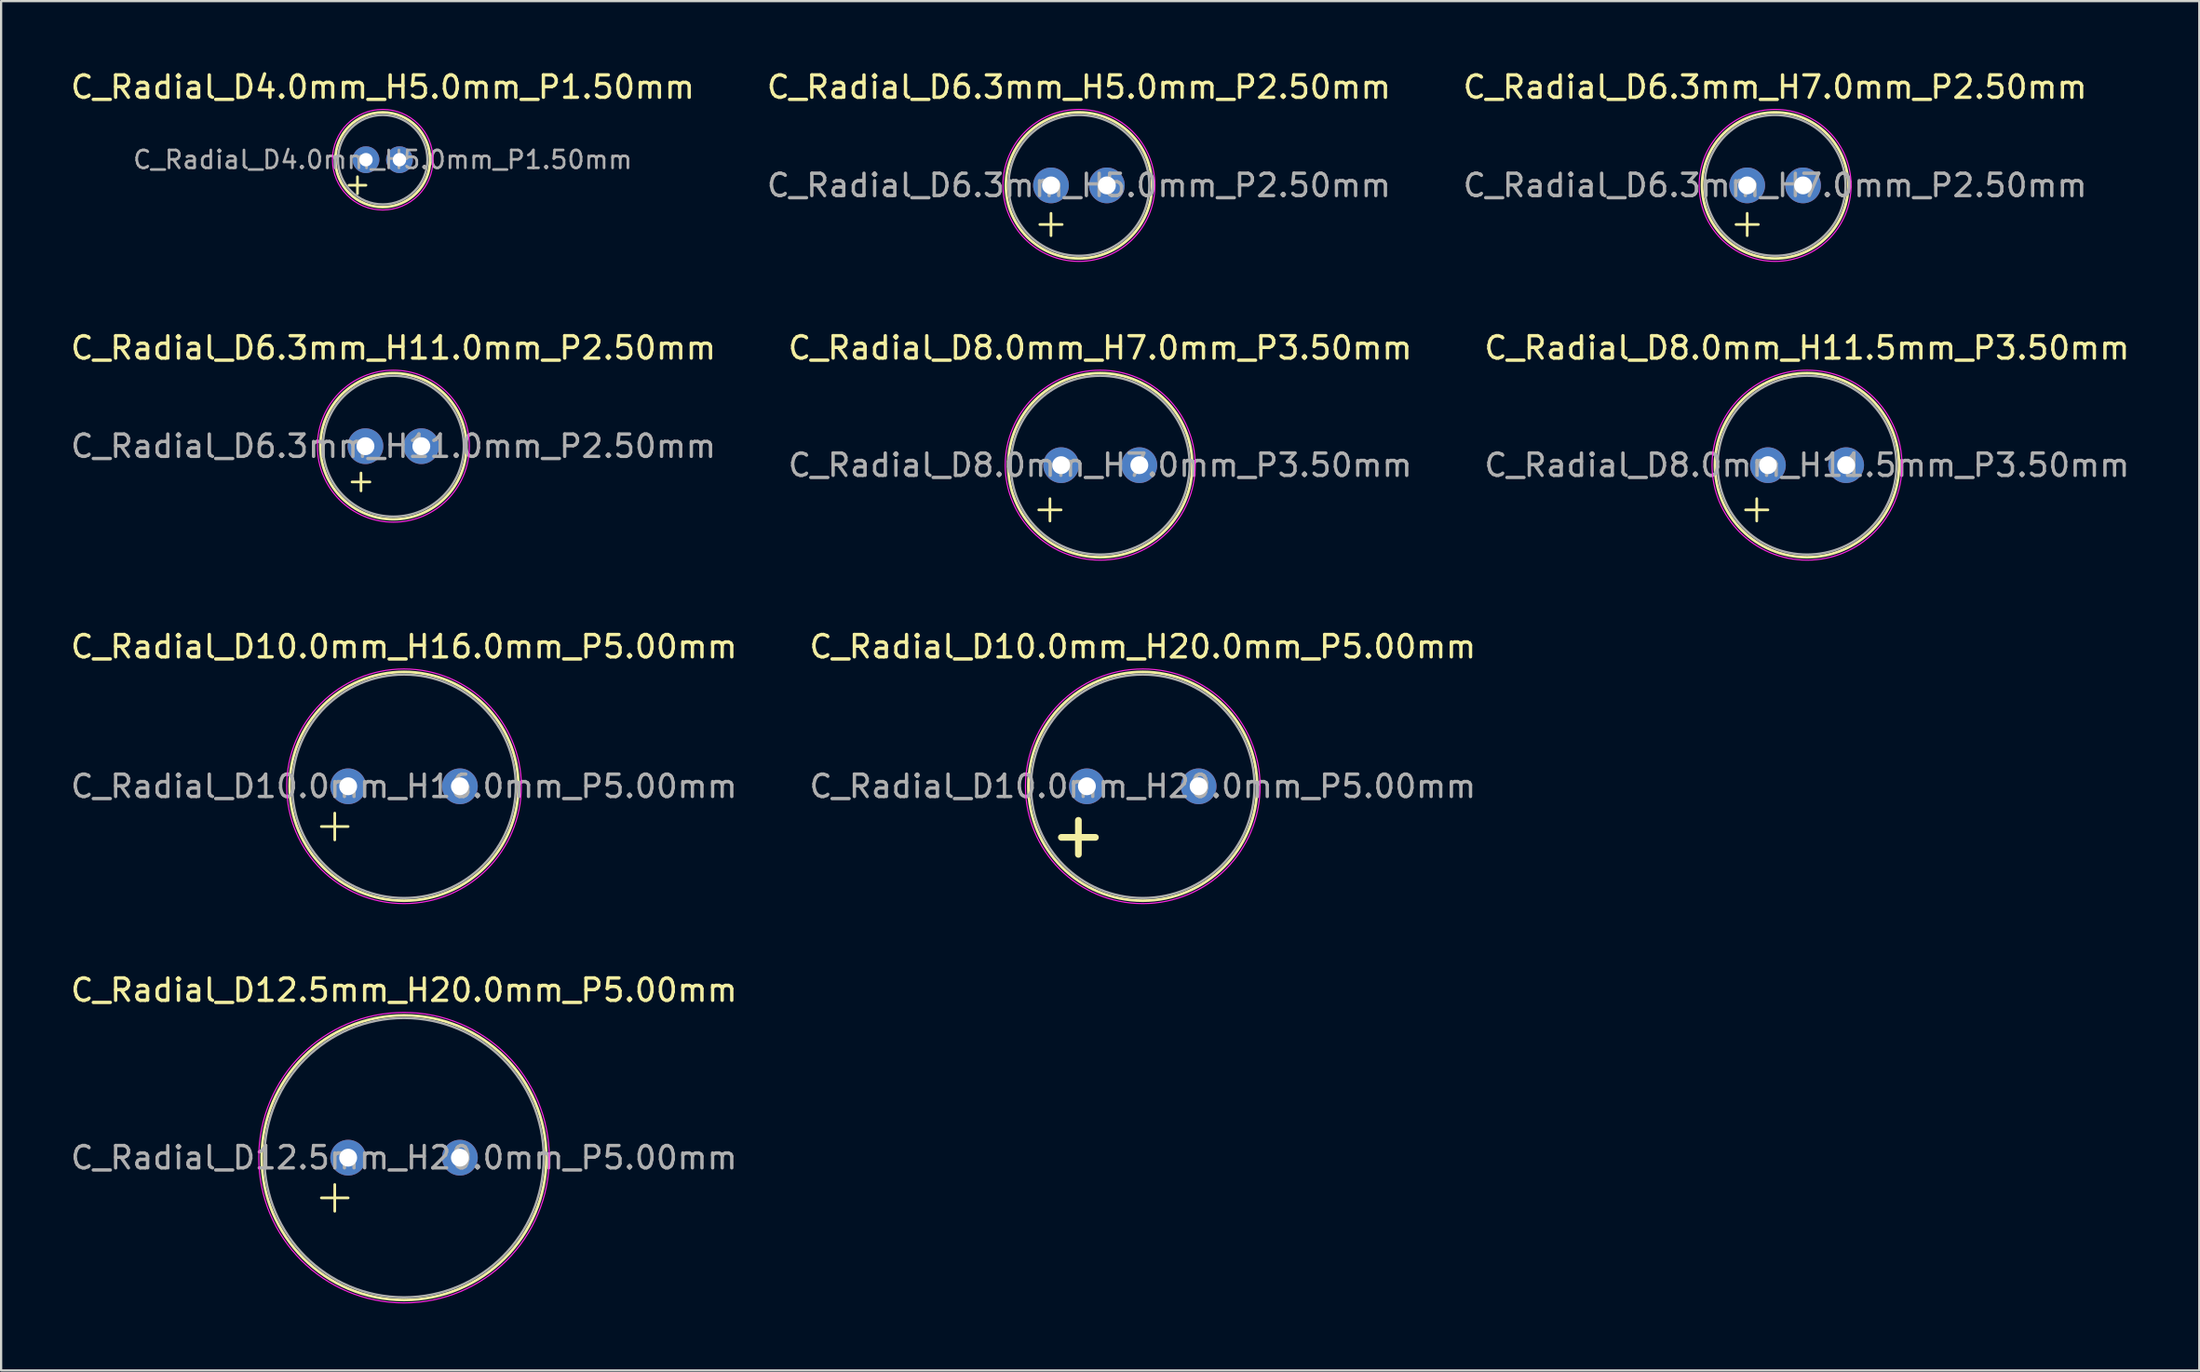
<source format=kicad_pcb>
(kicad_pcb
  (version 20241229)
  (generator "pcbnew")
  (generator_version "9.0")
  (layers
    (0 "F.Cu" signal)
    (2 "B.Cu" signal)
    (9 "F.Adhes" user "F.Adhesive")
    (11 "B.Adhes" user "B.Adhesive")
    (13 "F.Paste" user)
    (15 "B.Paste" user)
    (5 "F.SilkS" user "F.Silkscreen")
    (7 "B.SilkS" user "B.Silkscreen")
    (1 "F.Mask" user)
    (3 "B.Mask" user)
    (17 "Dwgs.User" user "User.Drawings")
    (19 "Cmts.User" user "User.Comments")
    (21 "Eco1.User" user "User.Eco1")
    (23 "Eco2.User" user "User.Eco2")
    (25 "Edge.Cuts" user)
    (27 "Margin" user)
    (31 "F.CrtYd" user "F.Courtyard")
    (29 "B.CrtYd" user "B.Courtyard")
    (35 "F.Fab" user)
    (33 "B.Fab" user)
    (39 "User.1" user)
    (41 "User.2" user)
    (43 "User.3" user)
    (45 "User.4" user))
  (footprint "C_Radial_D8.0mm_H11.5mm_P3.50mm"
    (layer "F.Cu")
    (at 76.065 17.771)
    (property "Reference" "C_Radial_D8.0mm_H11.5mm_P3.50mm" (at 1.75 -5.25 0) (layer "F.SilkS") (effects (font (size 1 1) (thickness 0.15))))
    (attr through_hole)
    (fp_line (start -1 2) (end 0 2) (stroke (width 0.12) (type solid)) (layer "F.SilkS"))
    (fp_line (start -0.5 1.5) (end -0.5 2.5) (stroke (width 0.12) (type solid)) (layer "F.SilkS"))
    (fp_circle (center 1.75 0) (end 5.87 0) (stroke (width 0.12) (type solid)) (fill no) (layer "F.SilkS"))
    (fp_circle (center 1.75 0) (end 6 0) (stroke (width 0.05) (type solid)) (fill no) (layer "F.CrtYd"))
    (fp_circle (center 1.75 0) (end 5.75 0) (stroke (width 0.1) (type solid)) (fill no) (layer "F.Fab"))
    (fp_text user "${REFERENCE}" (at 1.75 0 0) (layer "F.Fab") (effects (font (size 1 1) (thickness 0.15))))
    (pad "1" thru_hole circle (at 0 0) (size 1.6 1.6) (drill 0.8) (layers "*.Cu" "*.Mask"))
    (pad "2" thru_hole circle (at 3.5 0) (size 1.6 1.6) (drill 0.8) (layers "*.Cu" "*.Mask")))
  (footprint "C_Radial_D8.0mm_H7.0mm_P3.50mm"
    (layer "F.Cu")
    (at 44.435 17.771)
    (property "Reference" "C_Radial_D8.0mm_H7.0mm_P3.50mm" (at 1.75 -5.25 0) (layer "F.SilkS") (effects (font (size 1 1) (thickness 0.15))))
    (attr through_hole)
    (fp_line (start -1 2) (end 0 2) (stroke (width 0.12) (type solid)) (layer "F.SilkS"))
    (fp_line (start -0.5 1.5) (end -0.5 2.5) (stroke (width 0.12) (type solid)) (layer "F.SilkS"))
    (fp_circle (center 1.75 0) (end 5.87 0) (stroke (width 0.12) (type solid)) (fill no) (layer "F.SilkS"))
    (fp_circle (center 1.75 0) (end 6 0) (stroke (width 0.05) (type solid)) (fill no) (layer "F.CrtYd"))
    (fp_circle (center 1.75 0) (end 5.75 0) (stroke (width 0.1) (type solid)) (fill no) (layer "F.Fab"))
    (fp_text user "${REFERENCE}" (at 1.75 0 0) (layer "F.Fab") (effects (font (size 1 1) (thickness 0.15))))
    (pad "1" thru_hole circle (at 0 0) (size 1.6 1.6) (drill 0.8) (layers "*.Cu" "*.Mask"))
    (pad "2" thru_hole circle (at 3.5 0) (size 1.6 1.6) (drill 0.8) (layers "*.Cu" "*.Mask")))
  (footprint "C_Radial_D6.3mm_H11.0mm_P2.50mm"
    (layer "F.Cu")
    (at 13.304 16.922)
    (property "Reference" "C_Radial_D6.3mm_H11.0mm_P2.50mm" (at 1.25 -4.4 0) (layer "F.SilkS") (effects (font (size 1 1) (thickness 0.15))))
    (attr through_hole)
    (fp_line (start -0.6 1.6) (end 0.2 1.6) (stroke (width 0.12) (type solid)) (layer "F.SilkS"))
    (fp_line (start -0.2 1.2) (end -0.2 2) (stroke (width 0.12) (type solid)) (layer "F.SilkS"))
    (fp_circle (center 1.25 0) (end 4.52 0) (stroke (width 0.12) (type solid)) (fill no) (layer "F.SilkS"))
    (fp_circle (center 1.25 0) (end 4.65 0) (stroke (width 0.05) (type solid)) (fill no) (layer "F.CrtYd"))
    (fp_circle (center 1.25 0) (end 4.4 0) (stroke (width 0.1) (type solid)) (fill no) (layer "F.Fab"))
    (fp_text user "${REFERENCE}" (at 1.25 0 0) (layer "F.Fab") (effects (font (size 1 1) (thickness 0.15))))
    (pad "1" thru_hole circle (at 0 0) (size 1.6 1.6) (drill 0.8) (layers "*.Cu" "*.Mask"))
    (pad "2" thru_hole circle (at 2.5 0) (size 1.6 1.6) (drill 0.8) (layers "*.Cu" "*.Mask")))
  (footprint "C_Radial_D4.0mm_H5.0mm_P1.50mm"
    (layer "F.Cu")
    (at 13.327 4.098)
    (property "Reference" "C_Radial_D4.0mm_H5.0mm_P1.50mm" (at 0.75 -3.25 0) (layer "F.SilkS") (effects (font (size 1 1) (thickness 0.15))))
    (attr through_hole)
    (fp_line (start -0.762 1.143) (end 0 1.143) (stroke (width 0.12) (type solid)) (layer "F.SilkS"))
    (fp_line (start -0.381 0.762) (end -0.381 1.524) (stroke (width 0.12) (type solid)) (layer "F.SilkS"))
    (fp_circle (center 0.75 0) (end 2.87 0) (stroke (width 0.12) (type solid)) (fill no) (layer "F.SilkS"))
    (fp_circle (center 0.75 0) (end 3 0) (stroke (width 0.05) (type solid)) (fill no) (layer "F.CrtYd"))
    (fp_circle (center 0.75 0) (end 2.75 0) (stroke (width 0.1) (type solid)) (fill no) (layer "F.Fab"))
    (fp_text user "${REFERENCE}" (at 0.75 0 0) (layer "F.Fab") (effects (font (size 0.8 0.8) (thickness 0.12))))
    (pad "1" thru_hole circle (at 0 0) (size 1.2 1.2) (drill 0.6) (layers "*.Cu" "*.Mask"))
    (pad "2" thru_hole circle (at 1.5 0) (size 1.2 1.2) (drill 0.6) (layers "*.Cu" "*.Mask")))
  (footprint "C_Radial_D6.3mm_H5.0mm_P2.50mm"
    (layer "F.Cu")
    (at 43.982 5.248)
    (property "Reference" "C_Radial_D6.3mm_H5.0mm_P2.50mm" (at 1.25 -4.4 0) (layer "F.SilkS") (effects (font (size 1 1) (thickness 0.15))))
    (attr through_hole)
    (fp_line (start -0.5 1.75) (end 0.5 1.75) (stroke (width 0.12) (type solid)) (layer "F.SilkS"))
    (fp_line (start 0 1.25) (end 0 2.25) (stroke (width 0.12) (type solid)) (layer "F.SilkS"))
    (fp_circle (center 1.25 0) (end 4.52 0) (stroke (width 0.12) (type solid)) (fill no) (layer "F.SilkS"))
    (fp_circle (center 1.25 0) (end 4.65 0) (stroke (width 0.05) (type solid)) (fill no) (layer "F.CrtYd"))
    (fp_circle (center 1.25 0) (end 4.4 0) (stroke (width 0.1) (type solid)) (fill no) (layer "F.Fab"))
    (fp_text user "${REFERENCE}" (at 1.25 0 0) (layer "F.Fab") (effects (font (size 1 1) (thickness 0.15))))
    (pad "1" thru_hole circle (at 0 0) (size 1.6 1.6) (drill 0.8) (layers "*.Cu" "*.Mask"))
    (pad "2" thru_hole circle (at 2.5 0) (size 1.6 1.6) (drill 0.8) (layers "*.Cu" "*.Mask")))
  (footprint "C_Radial_D10.0mm_H16.0mm_P5.00mm"
    (layer "F.Cu")
    (at 12.53 32.145)
    (property "Reference" "C_Radial_D10.0mm_H16.0mm_P5.00mm" (at 2.5 -6.25 0) (layer "F.SilkS") (effects (font (size 1 1) (thickness 0.15))))
    (attr through_hole)
    (fp_line (start -1.2 1.8) (end 0 1.8) (stroke (width 0.12) (type solid)) (layer "F.SilkS"))
    (fp_line (start -0.6 2.4) (end -0.6 1.2) (stroke (width 0.12) (type solid)) (layer "F.SilkS"))
    (fp_circle (center 2.5 0) (end 7.62 0) (stroke (width 0.12) (type solid)) (fill no) (layer "F.SilkS"))
    (fp_circle (center 2.5 0) (end 7.75 0) (stroke (width 0.05) (type solid)) (fill no) (layer "F.CrtYd"))
    (fp_circle (center 2.5 0) (end 7.5 0) (stroke (width 0.1) (type solid)) (fill no) (layer "F.Fab"))
    (fp_text user "${REFERENCE}" (at 2.5 0 0) (layer "F.Fab") (effects (font (size 1 1) (thickness 0.15))))
    (pad "1" thru_hole circle (at 0 0) (size 1.6 1.6) (drill 0.8) (layers "*.Cu" "*.Mask"))
    (pad "2" thru_hole circle (at 5 0) (size 1.6 1.6) (drill 0.8) (layers "*.Cu" "*.Mask")))
  (footprint "C_Radial_D10.0mm_H20.0mm_P5.00mm"
    (layer "F.Cu")
    (at 45.589 32.145)
    (property "Reference" "C_Radial_D10.0mm_H20.0mm_P5.00mm" (at 2.5 -6.25 0) (layer "F.SilkS") (effects (font (size 1 1) (thickness 0.15))))
    (attr through_hole)
    (fp_line (start -1.143 2.286) (end 0.381 2.286) (stroke (width 0.3) (type solid)) (layer "F.SilkS"))
    (fp_line (start -0.381 1.524) (end -0.381 3.048) (stroke (width 0.3) (type solid)) (layer "F.SilkS"))
    (fp_circle (center 2.5 0) (end 7.62 0) (stroke (width 0.12) (type solid)) (fill no) (layer "F.SilkS"))
    (fp_circle (center 2.5 0) (end 7.75 0) (stroke (width 0.05) (type solid)) (fill no) (layer "F.CrtYd"))
    (fp_circle (center 2.5 0) (end 7.5 0) (stroke (width 0.1) (type solid)) (fill no) (layer "F.Fab"))
    (fp_text user "${REFERENCE}" (at 2.5 0 0) (layer "F.Fab") (effects (font (size 1 1) (thickness 0.15))))
    (pad "1" thru_hole circle (at 0 0) (size 1.6 1.6) (drill 0.8) (layers "*.Cu" "*.Mask"))
    (pad "2" thru_hole circle (at 5 0) (size 1.6 1.6) (drill 0.8) (layers "*.Cu" "*.Mask")))
  (footprint "C_Radial_D12.5mm_H20.0mm_P5.00mm"
    (layer "F.Cu")
    (at 12.53 48.768)
    (property "Reference" "C_Radial_D12.5mm_H20.0mm_P5.00mm" (at 2.5 -7.5 0) (layer "F.SilkS") (effects (font (size 1 1) (thickness 0.15))))
    (attr through_hole)
    (fp_line (start -1.2 1.8) (end 0 1.8) (stroke (width 0.12) (type solid)) (layer "F.SilkS"))
    (fp_line (start -0.6 2.4) (end -0.6 1.2) (stroke (width 0.12) (type solid)) (layer "F.SilkS"))
    (fp_circle (center 2.5 0) (end 8.87 0) (stroke (width 0.12) (type solid)) (fill no) (layer "F.SilkS"))
    (fp_circle (center 2.5 0) (end 9 0) (stroke (width 0.05) (type solid)) (fill no) (layer "F.CrtYd"))
    (fp_circle (center 2.5 0) (end 8.75 0) (stroke (width 0.1) (type solid)) (fill no) (layer "F.Fab"))
    (fp_text user "${REFERENCE}" (at 2.5 0 0) (layer "F.Fab") (effects (font (size 1 1) (thickness 0.15))))
    (pad "1" thru_hole circle (at 0 0) (size 1.6 1.6) (drill 0.8) (layers "*.Cu" "*.Mask"))
    (pad "2" thru_hole circle (at 5 0) (size 1.6 1.6) (drill 0.8) (layers "*.Cu" "*.Mask")))
  (footprint "C_Radial_D6.3mm_H7.0mm_P2.50mm"
    (layer "F.Cu")
    (at 75.137 5.248)
    (property "Reference" "C_Radial_D6.3mm_H7.0mm_P2.50mm" (at 1.25 -4.4 0) (layer "F.SilkS") (effects (font (size 1 1) (thickness 0.15))))
    (attr through_hole)
    (fp_line (start -0.5 1.75) (end 0.5 1.75) (stroke (width 0.12) (type solid)) (layer "F.SilkS"))
    (fp_line (start 0 1.25) (end 0 2.25) (stroke (width 0.12) (type solid)) (layer "F.SilkS"))
    (fp_circle (center 1.25 0) (end 4.52 0) (stroke (width 0.12) (type solid)) (fill no) (layer "F.SilkS"))
    (fp_circle (center 1.25 0) (end 4.65 0) (stroke (width 0.05) (type solid)) (fill no) (layer "F.CrtYd"))
    (fp_circle (center 1.25 0) (end 4.4 0) (stroke (width 0.1) (type solid)) (fill no) (layer "F.Fab"))
    (fp_text user "${REFERENCE}" (at 1.25 0 0) (layer "F.Fab") (effects (font (size 1 1) (thickness 0.15))))
    (pad "1" thru_hole circle (at 0 0) (size 1.6 1.6) (drill 0.8) (layers "*.Cu" "*.Mask"))
    (pad "2" thru_hole circle (at 2.5 0) (size 1.6 1.6) (drill 0.8) (layers "*.Cu" "*.Mask")))
  (gr_rect
    (start -3 -3)
    (end 95.369 58.293)
    (stroke (width 0.1) (type default))
    (fill no)
    (layer "Edge.Cuts")))
</source>
